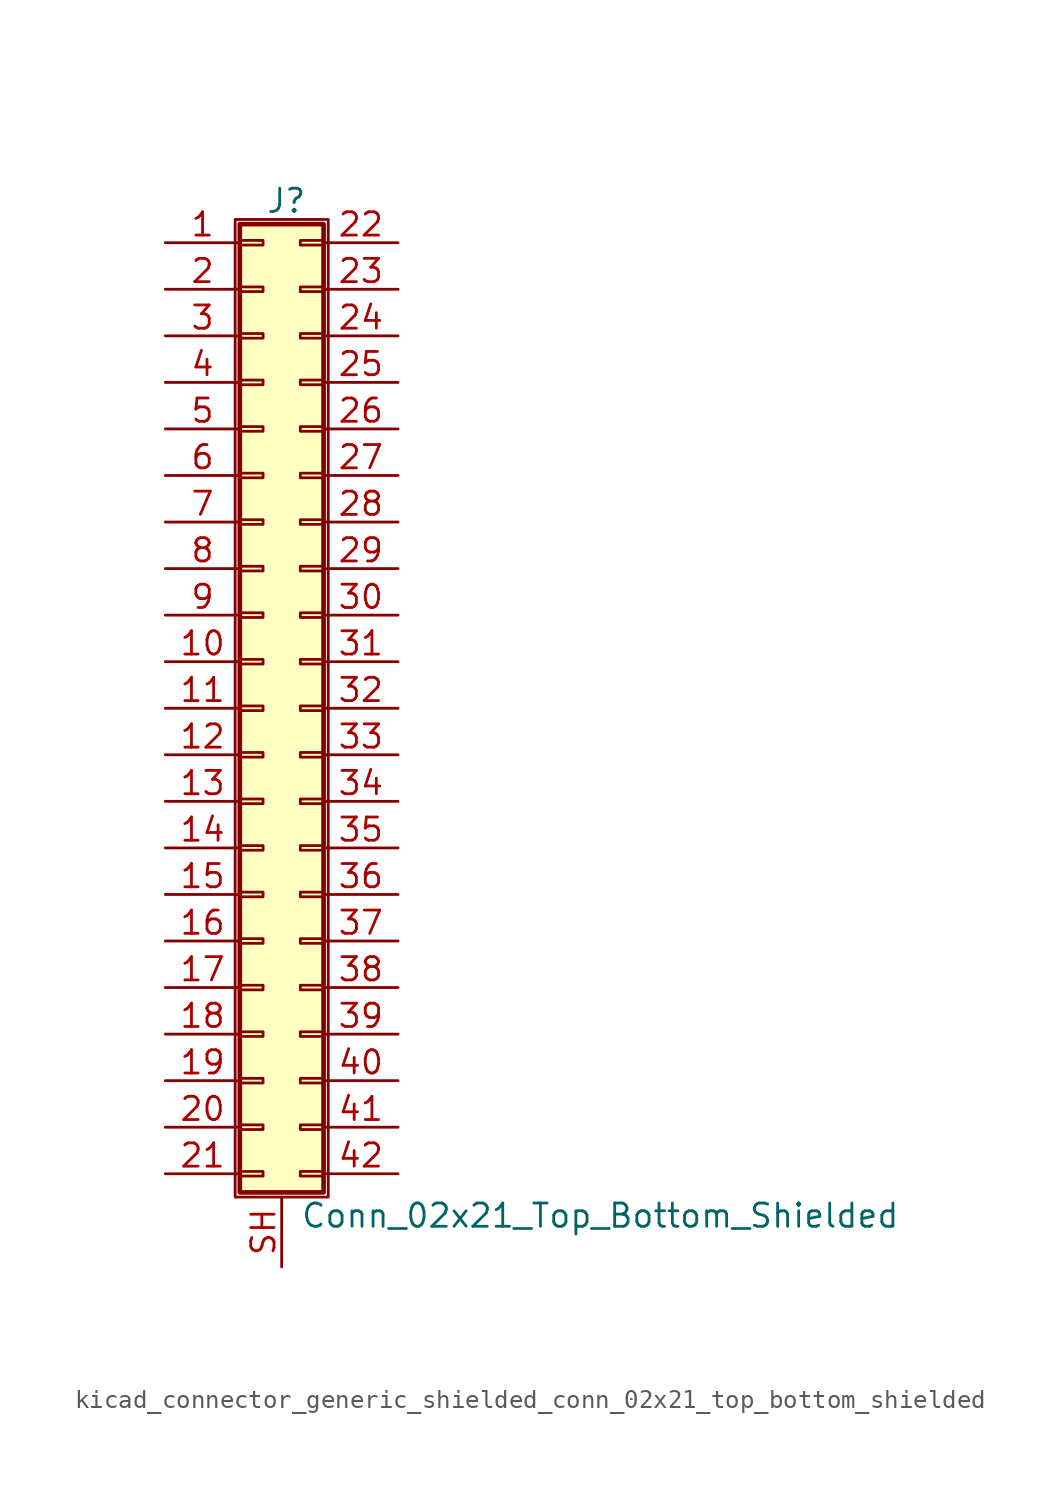
<source format=kicad_sym>
(kicad_symbol_lib
  (version 20220914)
  (generator kicad_symbol_editor)
  (symbol "kicad_connector_generic_shielded_conn_02x21_top_bottom_shielded"
    (pin_names
      (offset 1.016) hide)
    (property "Reference" "J"
      (at 1.524 27.686 0)
      (effects (font (size 1.27 1.27))))
    (property "Value" "Conn_02x21_Top_Bottom_Shielded"
      (at 2.286 -27.686 0)
      (effects (font (size 1.27 1.27)) (justify left)))
    (symbol "kicad_connector_generic_shielded_conn_02x21_top_bottom_shielded_1_1"
      (rectangle (start -1.27 26.67) (end 3.81 -26.67) (stroke (width 0.152) (type default)) (fill (type none)))
      (rectangle (start -1.016 -25.273) (end 0.254 -25.527) (stroke (width 0.152) (type default)) (fill (type none)))
      (rectangle (start -1.016 -22.733) (end 0.254 -22.987) (stroke (width 0.152) (type default)) (fill (type none)))
      (rectangle (start -1.016 -20.193) (end 0.254 -20.447) (stroke (width 0.152) (type default)) (fill (type none)))
      (rectangle (start -1.016 -17.653) (end 0.254 -17.907) (stroke (width 0.152) (type default)) (fill (type none)))
      (rectangle (start -1.016 -15.113) (end 0.254 -15.367) (stroke (width 0.152) (type default)) (fill (type none)))
      (rectangle (start -1.016 -12.573) (end 0.254 -12.827) (stroke (width 0.152) (type default)) (fill (type none)))
      (rectangle (start -1.016 -10.033) (end 0.254 -10.287) (stroke (width 0.152) (type default)) (fill (type none)))
      (rectangle (start -1.016 -7.493) (end 0.254 -7.747) (stroke (width 0.152) (type default)) (fill (type none)))
      (rectangle (start -1.016 -4.953) (end 0.254 -5.207) (stroke (width 0.152) (type default)) (fill (type none)))
      (rectangle (start -1.016 -2.413) (end 0.254 -2.667) (stroke (width 0.152) (type default)) (fill (type none)))
      (rectangle (start -1.016 0.127) (end 0.254 -0.127) (stroke (width 0.152) (type default)) (fill (type none)))
      (rectangle (start -1.016 2.667) (end 0.254 2.413) (stroke (width 0.152) (type default)) (fill (type none)))
      (rectangle (start -1.016 5.207) (end 0.254 4.953) (stroke (width 0.152) (type default)) (fill (type none)))
      (rectangle (start -1.016 7.747) (end 0.254 7.493) (stroke (width 0.152) (type default)) (fill (type none)))
      (rectangle (start -1.016 10.287) (end 0.254 10.033) (stroke (width 0.152) (type default)) (fill (type none)))
      (rectangle (start -1.016 12.827) (end 0.254 12.573) (stroke (width 0.152) (type default)) (fill (type none)))
      (rectangle (start -1.016 15.367) (end 0.254 15.113) (stroke (width 0.152) (type default)) (fill (type none)))
      (rectangle (start -1.016 17.907) (end 0.254 17.653) (stroke (width 0.152) (type default)) (fill (type none)))
      (rectangle (start -1.016 20.447) (end 0.254 20.193) (stroke (width 0.152) (type default)) (fill (type none)))
      (rectangle (start -1.016 22.987) (end 0.254 22.733) (stroke (width 0.152) (type default)) (fill (type none)))
      (rectangle (start -1.016 25.527) (end 0.254 25.273) (stroke (width 0.152) (type default)) (fill (type none)))
      (rectangle (start -1.016 26.416) (end 3.556 -26.416) (stroke (width 0.254) (type default)) (fill (type background)))
      (rectangle (start 3.556 -25.273) (end 2.286 -25.527) (stroke (width 0.152) (type default)) (fill (type none)))
      (rectangle (start 3.556 -22.733) (end 2.286 -22.987) (stroke (width 0.152) (type default)) (fill (type none)))
      (rectangle (start 3.556 -20.193) (end 2.286 -20.447) (stroke (width 0.152) (type default)) (fill (type none)))
      (rectangle (start 3.556 -17.653) (end 2.286 -17.907) (stroke (width 0.152) (type default)) (fill (type none)))
      (rectangle (start 3.556 -15.113) (end 2.286 -15.367) (stroke (width 0.152) (type default)) (fill (type none)))
      (rectangle (start 3.556 -12.573) (end 2.286 -12.827) (stroke (width 0.152) (type default)) (fill (type none)))
      (rectangle (start 3.556 -10.033) (end 2.286 -10.287) (stroke (width 0.152) (type default)) (fill (type none)))
      (rectangle (start 3.556 -7.493) (end 2.286 -7.747) (stroke (width 0.152) (type default)) (fill (type none)))
      (rectangle (start 3.556 -4.953) (end 2.286 -5.207) (stroke (width 0.152) (type default)) (fill (type none)))
      (rectangle (start 3.556 -2.413) (end 2.286 -2.667) (stroke (width 0.152) (type default)) (fill (type none)))
      (rectangle (start 3.556 0.127) (end 2.286 -0.127) (stroke (width 0.152) (type default)) (fill (type none)))
      (rectangle (start 3.556 2.667) (end 2.286 2.413) (stroke (width 0.152) (type default)) (fill (type none)))
      (rectangle (start 3.556 5.207) (end 2.286 4.953) (stroke (width 0.152) (type default)) (fill (type none)))
      (rectangle (start 3.556 7.747) (end 2.286 7.493) (stroke (width 0.152) (type default)) (fill (type none)))
      (rectangle (start 3.556 10.287) (end 2.286 10.033) (stroke (width 0.152) (type default)) (fill (type none)))
      (rectangle (start 3.556 12.827) (end 2.286 12.573) (stroke (width 0.152) (type default)) (fill (type none)))
      (rectangle (start 3.556 15.367) (end 2.286 15.113) (stroke (width 0.152) (type default)) (fill (type none)))
      (rectangle (start 3.556 17.907) (end 2.286 17.653) (stroke (width 0.152) (type default)) (fill (type none)))
      (rectangle (start 3.556 20.447) (end 2.286 20.193) (stroke (width 0.152) (type default)) (fill (type none)))
      (rectangle (start 3.556 22.987) (end 2.286 22.733) (stroke (width 0.152) (type default)) (fill (type none)))
      (rectangle (start 3.556 25.527) (end 2.286 25.273) (stroke (width 0.152) (type default)) (fill (type none)))
      (pin passive line (at -5.08 25.4 0) (length 4.064) (name "Pin_1" (effects (font (size 1.27 1.27)))) (number "1" (effects (font (size 1.27 1.27)))))
      (pin passive line (at -5.08 2.54 0) (length 4.064) (name "Pin_10" (effects (font (size 1.27 1.27)))) (number "10" (effects (font (size 1.27 1.27)))))
      (pin passive line (at -5.08 0 0) (length 4.064) (name "Pin_11" (effects (font (size 1.27 1.27)))) (number "11" (effects (font (size 1.27 1.27)))))
      (pin passive line (at -5.08 -2.54 0) (length 4.064) (name "Pin_12" (effects (font (size 1.27 1.27)))) (number "12" (effects (font (size 1.27 1.27)))))
      (pin passive line (at -5.08 -5.08 0) (length 4.064) (name "Pin_13" (effects (font (size 1.27 1.27)))) (number "13" (effects (font (size 1.27 1.27)))))
      (pin passive line (at -5.08 -7.62 0) (length 4.064) (name "Pin_14" (effects (font (size 1.27 1.27)))) (number "14" (effects (font (size 1.27 1.27)))))
      (pin passive line (at -5.08 -10.16 0) (length 4.064) (name "Pin_15" (effects (font (size 1.27 1.27)))) (number "15" (effects (font (size 1.27 1.27)))))
      (pin passive line (at -5.08 -12.7 0) (length 4.064) (name "Pin_16" (effects (font (size 1.27 1.27)))) (number "16" (effects (font (size 1.27 1.27)))))
      (pin passive line (at -5.08 -15.24 0) (length 4.064) (name "Pin_17" (effects (font (size 1.27 1.27)))) (number "17" (effects (font (size 1.27 1.27)))))
      (pin passive line (at -5.08 -17.78 0) (length 4.064) (name "Pin_18" (effects (font (size 1.27 1.27)))) (number "18" (effects (font (size 1.27 1.27)))))
      (pin passive line (at -5.08 -20.32 0) (length 4.064) (name "Pin_19" (effects (font (size 1.27 1.27)))) (number "19" (effects (font (size 1.27 1.27)))))
      (pin passive line (at -5.08 22.86 0) (length 4.064) (name "Pin_2" (effects (font (size 1.27 1.27)))) (number "2" (effects (font (size 1.27 1.27)))))
      (pin passive line (at -5.08 -22.86 0) (length 4.064) (name "Pin_20" (effects (font (size 1.27 1.27)))) (number "20" (effects (font (size 1.27 1.27)))))
      (pin passive line (at -5.08 -25.4 0) (length 4.064) (name "Pin_21" (effects (font (size 1.27 1.27)))) (number "21" (effects (font (size 1.27 1.27)))))
      (pin passive line (at 7.62 25.4 180) (length 4.064) (name "Pin_22" (effects (font (size 1.27 1.27)))) (number "22" (effects (font (size 1.27 1.27)))))
      (pin passive line (at 7.62 22.86 180) (length 4.064) (name "Pin_23" (effects (font (size 1.27 1.27)))) (number "23" (effects (font (size 1.27 1.27)))))
      (pin passive line (at 7.62 20.32 180) (length 4.064) (name "Pin_24" (effects (font (size 1.27 1.27)))) (number "24" (effects (font (size 1.27 1.27)))))
      (pin passive line (at 7.62 17.78 180) (length 4.064) (name "Pin_25" (effects (font (size 1.27 1.27)))) (number "25" (effects (font (size 1.27 1.27)))))
      (pin passive line (at 7.62 15.24 180) (length 4.064) (name "Pin_26" (effects (font (size 1.27 1.27)))) (number "26" (effects (font (size 1.27 1.27)))))
      (pin passive line (at 7.62 12.7 180) (length 4.064) (name "Pin_27" (effects (font (size 1.27 1.27)))) (number "27" (effects (font (size 1.27 1.27)))))
      (pin passive line (at 7.62 10.16 180) (length 4.064) (name "Pin_28" (effects (font (size 1.27 1.27)))) (number "28" (effects (font (size 1.27 1.27)))))
      (pin passive line (at 7.62 7.62 180) (length 4.064) (name "Pin_29" (effects (font (size 1.27 1.27)))) (number "29" (effects (font (size 1.27 1.27)))))
      (pin passive line (at -5.08 20.32 0) (length 4.064) (name "Pin_3" (effects (font (size 1.27 1.27)))) (number "3" (effects (font (size 1.27 1.27)))))
      (pin passive line (at 7.62 5.08 180) (length 4.064) (name "Pin_30" (effects (font (size 1.27 1.27)))) (number "30" (effects (font (size 1.27 1.27)))))
      (pin passive line (at 7.62 2.54 180) (length 4.064) (name "Pin_31" (effects (font (size 1.27 1.27)))) (number "31" (effects (font (size 1.27 1.27)))))
      (pin passive line (at 7.62 0 180) (length 4.064) (name "Pin_32" (effects (font (size 1.27 1.27)))) (number "32" (effects (font (size 1.27 1.27)))))
      (pin passive line (at 7.62 -2.54 180) (length 4.064) (name "Pin_33" (effects (font (size 1.27 1.27)))) (number "33" (effects (font (size 1.27 1.27)))))
      (pin passive line (at 7.62 -5.08 180) (length 4.064) (name "Pin_34" (effects (font (size 1.27 1.27)))) (number "34" (effects (font (size 1.27 1.27)))))
      (pin passive line (at 7.62 -7.62 180) (length 4.064) (name "Pin_35" (effects (font (size 1.27 1.27)))) (number "35" (effects (font (size 1.27 1.27)))))
      (pin passive line (at 7.62 -10.16 180) (length 4.064) (name "Pin_36" (effects (font (size 1.27 1.27)))) (number "36" (effects (font (size 1.27 1.27)))))
      (pin passive line (at 7.62 -12.7 180) (length 4.064) (name "Pin_37" (effects (font (size 1.27 1.27)))) (number "37" (effects (font (size 1.27 1.27)))))
      (pin passive line (at 7.62 -15.24 180) (length 4.064) (name "Pin_38" (effects (font (size 1.27 1.27)))) (number "38" (effects (font (size 1.27 1.27)))))
      (pin passive line (at 7.62 -17.78 180) (length 4.064) (name "Pin_39" (effects (font (size 1.27 1.27)))) (number "39" (effects (font (size 1.27 1.27)))))
      (pin passive line (at -5.08 17.78 0) (length 4.064) (name "Pin_4" (effects (font (size 1.27 1.27)))) (number "4" (effects (font (size 1.27 1.27)))))
      (pin passive line (at 7.62 -20.32 180) (length 4.064) (name "Pin_40" (effects (font (size 1.27 1.27)))) (number "40" (effects (font (size 1.27 1.27)))))
      (pin passive line (at 7.62 -22.86 180) (length 4.064) (name "Pin_41" (effects (font (size 1.27 1.27)))) (number "41" (effects (font (size 1.27 1.27)))))
      (pin passive line (at 7.62 -25.4 180) (length 4.064) (name "Pin_42" (effects (font (size 1.27 1.27)))) (number "42" (effects (font (size 1.27 1.27)))))
      (pin passive line (at -5.08 15.24 0) (length 4.064) (name "Pin_5" (effects (font (size 1.27 1.27)))) (number "5" (effects (font (size 1.27 1.27)))))
      (pin passive line (at -5.08 12.7 0) (length 4.064) (name "Pin_6" (effects (font (size 1.27 1.27)))) (number "6" (effects (font (size 1.27 1.27)))))
      (pin passive line (at -5.08 10.16 0) (length 4.064) (name "Pin_7" (effects (font (size 1.27 1.27)))) (number "7" (effects (font (size 1.27 1.27)))))
      (pin passive line (at -5.08 7.62 0) (length 4.064) (name "Pin_8" (effects (font (size 1.27 1.27)))) (number "8" (effects (font (size 1.27 1.27)))))
      (pin passive line (at -5.08 5.08 0) (length 4.064) (name "Pin_9" (effects (font (size 1.27 1.27)))) (number "9" (effects (font (size 1.27 1.27)))))
      (pin passive line (at 1.27 -30.48 90) (length 3.81) (name "Shield" (effects (font (size 1.27 1.27)))) (number "SH" (effects (font (size 1.27 1.27))))))))
</source>
